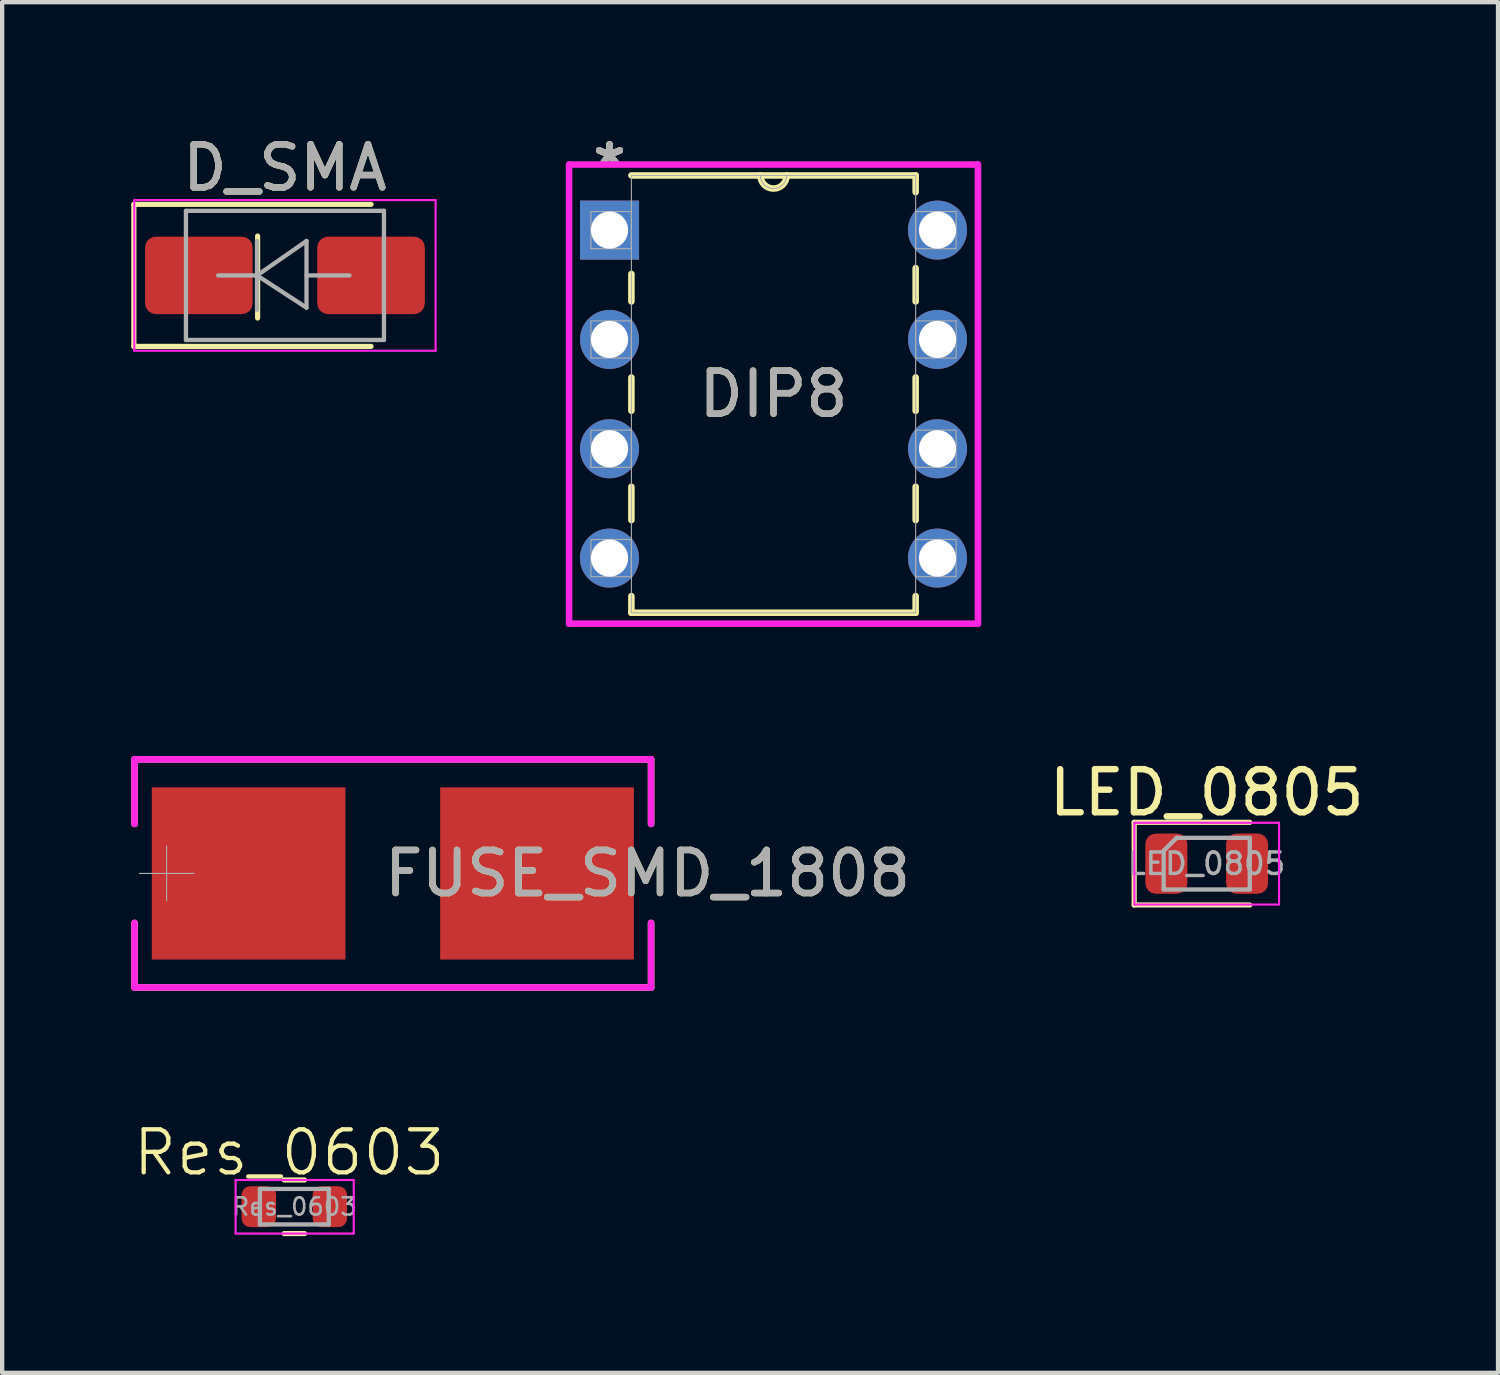
<source format=kicad_pcb>
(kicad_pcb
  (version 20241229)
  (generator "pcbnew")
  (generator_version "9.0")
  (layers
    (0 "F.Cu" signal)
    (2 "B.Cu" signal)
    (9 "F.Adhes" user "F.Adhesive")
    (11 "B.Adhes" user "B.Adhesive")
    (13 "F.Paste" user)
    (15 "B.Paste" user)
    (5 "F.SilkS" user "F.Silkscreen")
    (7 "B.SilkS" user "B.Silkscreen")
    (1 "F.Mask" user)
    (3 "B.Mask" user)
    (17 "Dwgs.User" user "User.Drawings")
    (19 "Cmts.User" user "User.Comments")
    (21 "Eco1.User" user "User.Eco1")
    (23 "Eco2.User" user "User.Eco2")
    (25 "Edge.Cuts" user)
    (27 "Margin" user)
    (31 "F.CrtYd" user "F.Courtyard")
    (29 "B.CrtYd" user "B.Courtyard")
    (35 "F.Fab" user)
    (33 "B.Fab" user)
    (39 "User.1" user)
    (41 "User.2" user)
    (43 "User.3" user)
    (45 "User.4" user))
  (footprint "DIP8"
    (layer "F.Cu")
    (at 18.731 9.916)
    (property "Reference" "DIP8" (at -3.81 -3.81 0) (unlocked yes) (layer "F.SilkS") (effects (font (size 1 1) (thickness 0.15))))
    (attr through_hole)
    (fp_line (start -7.112 -6.601) (end -7.112 -5.963) (stroke (width 0.152) (type solid)) (layer "F.SilkS"))
    (fp_line (start -7.112 -4.197) (end -7.112 -3.423) (stroke (width 0.152) (type solid)) (layer "F.SilkS"))
    (fp_line (start -7.112 -1.657) (end -7.112 -0.883) (stroke (width 0.152) (type solid)) (layer "F.SilkS"))
    (fp_line (start -7.112 0.883) (end -7.112 1.27) (stroke (width 0.152) (type solid)) (layer "F.SilkS"))
    (fp_line (start -7.112 1.27) (end -0.508 1.27) (stroke (width 0.152) (type solid)) (layer "F.SilkS"))
    (fp_line (start -0.508 -8.89) (end -7.112 -8.89) (stroke (width 0.152) (type solid)) (layer "F.SilkS"))
    (fp_line (start -0.508 -8.503) (end -0.508 -8.89) (stroke (width 0.152) (type solid)) (layer "F.SilkS"))
    (fp_line (start -0.508 -5.963) (end -0.508 -6.737) (stroke (width 0.152) (type solid)) (layer "F.SilkS"))
    (fp_line (start -0.508 -3.423) (end -0.508 -4.197) (stroke (width 0.152) (type solid)) (layer "F.SilkS"))
    (fp_line (start -0.508 -0.883) (end -0.508 -1.657) (stroke (width 0.152) (type solid)) (layer "F.SilkS"))
    (fp_line (start -0.508 1.27) (end -0.508 0.883) (stroke (width 0.152) (type solid)) (layer "F.SilkS"))
    (fp_arc (start -3.5052 -8.89) (mid -3.81 -8.5852) (end -4.1148 -8.89) (stroke (width 0.1524) (type solid)) (layer "F.SilkS"))
    (fp_line (start -8.56 -9.144) (end -8.56 1.524) (stroke (width 0.152) (type solid)) (layer "F.CrtYd"))
    (fp_line (start -8.56 1.524) (end 0.94 1.524) (stroke (width 0.152) (type solid)) (layer "F.CrtYd"))
    (fp_line (start 0.94 -9.144) (end -8.56 -9.144) (stroke (width 0.152) (type solid)) (layer "F.CrtYd"))
    (fp_line (start 0.94 1.524) (end 0.94 -9.144) (stroke (width 0.152) (type solid)) (layer "F.CrtYd"))
    (fp_line (start -8.052 -8.052) (end -8.052 -7.188) (stroke (width 0.025) (type solid)) (layer "F.Fab"))
    (fp_line (start -8.052 -7.188) (end -7.112 -7.188) (stroke (width 0.025) (type solid)) (layer "F.Fab"))
    (fp_line (start -8.052 -5.512) (end -8.052 -4.648) (stroke (width 0.025) (type solid)) (layer "F.Fab"))
    (fp_line (start -8.052 -4.648) (end -7.112 -4.648) (stroke (width 0.025) (type solid)) (layer "F.Fab"))
    (fp_line (start -8.052 -2.972) (end -8.052 -2.108) (stroke (width 0.025) (type solid)) (layer "F.Fab"))
    (fp_line (start -8.052 -2.108) (end -7.112 -2.108) (stroke (width 0.025) (type solid)) (layer "F.Fab"))
    (fp_line (start -8.052 -0.432) (end -8.052 0.432) (stroke (width 0.025) (type solid)) (layer "F.Fab"))
    (fp_line (start -8.052 0.432) (end -7.112 0.432) (stroke (width 0.025) (type solid)) (layer "F.Fab"))
    (fp_line (start -7.112 -8.89) (end -7.112 1.27) (stroke (width 0.025) (type solid)) (layer "F.Fab"))
    (fp_line (start -7.112 -8.052) (end -8.052 -8.052) (stroke (width 0.025) (type solid)) (layer "F.Fab"))
    (fp_line (start -7.112 -7.188) (end -7.112 -8.052) (stroke (width 0.025) (type solid)) (layer "F.Fab"))
    (fp_line (start -7.112 -5.512) (end -8.052 -5.512) (stroke (width 0.025) (type solid)) (layer "F.Fab"))
    (fp_line (start -7.112 -4.648) (end -7.112 -5.512) (stroke (width 0.025) (type solid)) (layer "F.Fab"))
    (fp_line (start -7.112 -2.972) (end -8.052 -2.972) (stroke (width 0.025) (type solid)) (layer "F.Fab"))
    (fp_line (start -7.112 -2.108) (end -7.112 -2.972) (stroke (width 0.025) (type solid)) (layer "F.Fab"))
    (fp_line (start -7.112 -0.432) (end -8.052 -0.432) (stroke (width 0.025) (type solid)) (layer "F.Fab"))
    (fp_line (start -7.112 0.432) (end -7.112 -0.432) (stroke (width 0.025) (type solid)) (layer "F.Fab"))
    (fp_line (start -7.112 1.27) (end -0.508 1.27) (stroke (width 0.025) (type solid)) (layer "F.Fab"))
    (fp_line (start -0.508 -8.89) (end -7.112 -8.89) (stroke (width 0.025) (type solid)) (layer "F.Fab"))
    (fp_line (start -0.508 -8.052) (end -0.508 -7.188) (stroke (width 0.025) (type solid)) (layer "F.Fab"))
    (fp_line (start -0.508 -7.188) (end 0.432 -7.188) (stroke (width 0.025) (type solid)) (layer "F.Fab"))
    (fp_line (start -0.508 -5.512) (end -0.508 -4.648) (stroke (width 0.025) (type solid)) (layer "F.Fab"))
    (fp_line (start -0.508 -4.648) (end 0.432 -4.648) (stroke (width 0.025) (type solid)) (layer "F.Fab"))
    (fp_line (start -0.508 -2.972) (end -0.508 -2.108) (stroke (width 0.025) (type solid)) (layer "F.Fab"))
    (fp_line (start -0.508 -2.108) (end 0.432 -2.108) (stroke (width 0.025) (type solid)) (layer "F.Fab"))
    (fp_line (start -0.508 -0.432) (end -0.508 0.432) (stroke (width 0.025) (type solid)) (layer "F.Fab"))
    (fp_line (start -0.508 0.432) (end 0.432 0.432) (stroke (width 0.025) (type solid)) (layer "F.Fab"))
    (fp_line (start -0.508 1.27) (end -0.508 -8.89) (stroke (width 0.025) (type solid)) (layer "F.Fab"))
    (fp_line (start 0.432 -8.052) (end -0.508 -8.052) (stroke (width 0.025) (type solid)) (layer "F.Fab"))
    (fp_line (start 0.432 -7.188) (end 0.432 -8.052) (stroke (width 0.025) (type solid)) (layer "F.Fab"))
    (fp_line (start 0.432 -5.512) (end -0.508 -5.512) (stroke (width 0.025) (type solid)) (layer "F.Fab"))
    (fp_line (start 0.432 -4.648) (end 0.432 -5.512) (stroke (width 0.025) (type solid)) (layer "F.Fab"))
    (fp_line (start 0.432 -2.972) (end -0.508 -2.972) (stroke (width 0.025) (type solid)) (layer "F.Fab"))
    (fp_line (start 0.432 -2.108) (end 0.432 -2.972) (stroke (width 0.025) (type solid)) (layer "F.Fab"))
    (fp_line (start 0.432 -0.432) (end -0.508 -0.432) (stroke (width 0.025) (type solid)) (layer "F.Fab"))
    (fp_line (start 0.432 0.432) (end 0.432 -0.432) (stroke (width 0.025) (type solid)) (layer "F.Fab"))
    (fp_arc (start -3.5052 -8.89) (mid -3.81 -8.5852) (end -4.1148 -8.89) (stroke (width 0.0254) (type solid)) (layer "F.Fab"))
    (fp_text user "*" (at -7.62 -9.068 0) (unlocked yes) (layer "F.SilkS") (effects (font (size 1 1) (thickness 0.15))))
    (fp_text user "*" (at -7.62 -9.068 0) (layer "F.SilkS") (effects (font (size 1 1) (thickness 0.15))))
    (fp_text user "*" (at -7.62 -9.068 0) (layer "F.Fab") (effects (font (size 1 1) (thickness 0.15))))
    (fp_text user "${REFERENCE}" (at -3.81 -3.81 0) (unlocked yes) (layer "F.Fab") (effects (font (size 1 1) (thickness 0.15))))
    (fp_text user "*" (at -7.62 -9.068 0) (unlocked yes) (layer "F.Fab") (effects (font (size 1 1) (thickness 0.15))))
    (pad "1" thru_hole rect (at -7.62 -7.62) (size 1.372 1.372) (drill 0.864) (layers "*.Cu" "*.Mask"))
    (pad "2" thru_hole circle (at -7.62 -5.08) (size 1.372 1.372) (drill 0.864) (layers "*.Cu" "*.Mask"))
    (pad "3" thru_hole circle (at -7.62 -2.54) (size 1.372 1.372) (drill 0.864) (layers "*.Cu" "*.Mask"))
    (pad "4" thru_hole circle (at -7.62 0) (size 1.372 1.372) (drill 0.864) (layers "*.Cu" "*.Mask"))
    (pad "5" thru_hole circle (at 0 0) (size 1.372 1.372) (drill 0.864) (layers "*.Cu" "*.Mask"))
    (pad "6" thru_hole circle (at 0 -2.54) (size 1.372 1.372) (drill 0.864) (layers "*.Cu" "*.Mask"))
    (pad "7" thru_hole circle (at 0 -5.08) (size 1.372 1.372) (drill 0.864) (layers "*.Cu" "*.Mask"))
    (pad "8" thru_hole circle (at 0 -7.62) (size 1.372 1.372) (drill 0.864) (layers "*.Cu" "*.Mask")))
  (footprint "Res_0603"
    (layer "F.Cu")
    (at 2.429 25.594)
    (property "Reference" "Res_0603" (at 1.24 -1.865 0) (unlocked yes) (layer "F.SilkS") (effects (font (size 1 1) (thickness 0.1))))
    (attr smd)
    (fp_line (start 1.122 -1.23) (end 1.596 -1.23) (stroke (width 0.12) (type solid)) (layer "F.SilkS"))
    (fp_line (start 1.122 0.015) (end 1.596 0.015) (stroke (width 0.12) (type solid)) (layer "F.SilkS"))
    (fp_line (start -0.005 -1.23) (end 2.739 -1.23) (stroke (width 0.05) (type solid)) (layer "F.CrtYd"))
    (fp_line (start -0.005 0.015) (end -0.005 -1.23) (stroke (width 0.05) (type solid)) (layer "F.CrtYd"))
    (fp_line (start 2.739 -1.23) (end 2.739 0.015) (stroke (width 0.05) (type solid)) (layer "F.CrtYd"))
    (fp_line (start 2.739 0.015) (end -0.005 0.015) (stroke (width 0.05) (type solid)) (layer "F.CrtYd"))
    (fp_line (start 0.559 -1.022) (end 2.159 -1.022) (stroke (width 0.1) (type solid)) (layer "F.Fab"))
    (fp_line (start 0.559 -0.197) (end 0.559 -1.022) (stroke (width 0.1) (type solid)) (layer "F.Fab"))
    (fp_line (start 2.159 -1.022) (end 2.159 -0.197) (stroke (width 0.1) (type solid)) (layer "F.Fab"))
    (fp_line (start 2.159 -0.197) (end 0.559 -0.197) (stroke (width 0.1) (type solid)) (layer "F.Fab"))
    (fp_text user "${REFERENCE}" (at 1.359 -0.61 0) (layer "F.Fab") (effects (font (size 0.4 0.4) (thickness 0.06))))
    (pad "1" smd roundrect (at 0.534 -0.61) (size 0.8 0.95) (layers "F.Cu" "F.Mask" "F.Paste") (roundrect_rratio 0.25))
    (pad "2" smd roundrect (at 2.184 -0.61) (size 0.8 0.95) (layers "F.Cu" "F.Mask" "F.Paste") (roundrect_rratio 0.25)))
  (footprint "LED_0805"
    (layer "F.Cu")
    (at 24.985 17.015)
    (property "Reference" "LED_0805" (at 0 -1.65 0) (layer "F.SilkS") (effects (font (size 1 1) (thickness 0.15))))
    (attr smd)
    (fp_line (start -1.685 -0.96) (end -1.685 0.96) (stroke (width 0.12) (type solid)) (layer "F.SilkS"))
    (fp_line (start -1.685 0.96) (end 1 0.96) (stroke (width 0.12) (type solid)) (layer "F.SilkS"))
    (fp_line (start 1 -0.96) (end -1.685 -0.96) (stroke (width 0.12) (type solid)) (layer "F.SilkS"))
    (fp_line (start -1.68 -0.95) (end 1.68 -0.95) (stroke (width 0.05) (type solid)) (layer "F.CrtYd"))
    (fp_line (start -1.68 0.95) (end -1.68 -0.95) (stroke (width 0.05) (type solid)) (layer "F.CrtYd"))
    (fp_line (start 1.68 -0.95) (end 1.68 0.95) (stroke (width 0.05) (type solid)) (layer "F.CrtYd"))
    (fp_line (start 1.68 0.95) (end -1.68 0.95) (stroke (width 0.05) (type solid)) (layer "F.CrtYd"))
    (fp_line (start -1 -0.3) (end -1 0.6) (stroke (width 0.1) (type solid)) (layer "F.Fab"))
    (fp_line (start -1 0.6) (end 1 0.6) (stroke (width 0.1) (type solid)) (layer "F.Fab"))
    (fp_line (start -0.7 -0.6) (end -1 -0.3) (stroke (width 0.1) (type solid)) (layer "F.Fab"))
    (fp_line (start 1 -0.6) (end -0.7 -0.6) (stroke (width 0.1) (type solid)) (layer "F.Fab"))
    (fp_line (start 1 0.6) (end 1 -0.6) (stroke (width 0.1) (type solid)) (layer "F.Fab"))
    (fp_text user "${REFERENCE}" (at 0 0 0) (layer "F.Fab") (effects (font (size 0.5 0.5) (thickness 0.08))))
    (pad "1" smd roundrect (at -0.938 0) (size 0.975 1.4) (layers "F.Cu" "F.Mask" "F.Paste") (roundrect_rratio 0.25))
    (pad "2" smd roundrect (at 0.938 0) (size 0.975 1.4) (layers "F.Cu" "F.Mask" "F.Paste") (roundrect_rratio 0.25)))
  (footprint "D_SMA"
    (layer "F.Cu")
    (at 3.57 3.348)
    (property "Reference" "D_SMA" (at 0 -2.5 0) (layer "F.SilkS") (effects (font (size 1 1) (thickness 0.15))))
    (attr smd)
    (fp_line (start -3.51 -1.65) (end -3.51 1.65) (stroke (width 0.12) (type solid)) (layer "F.SilkS"))
    (fp_line (start -3.51 -1.65) (end 2 -1.65) (stroke (width 0.12) (type solid)) (layer "F.SilkS"))
    (fp_line (start -3.51 1.65) (end 2 1.65) (stroke (width 0.12) (type solid)) (layer "F.SilkS"))
    (fp_line (start -0.635 -0.914) (end -0.635 0.991) (stroke (width 0.12) (type solid)) (layer "F.SilkS"))
    (fp_line (start -3.5 -1.75) (end 3.5 -1.75) (stroke (width 0.05) (type solid)) (layer "F.CrtYd"))
    (fp_line (start -3.5 1.75) (end -3.5 -1.75) (stroke (width 0.05) (type solid)) (layer "F.CrtYd"))
    (fp_line (start 3.5 -1.75) (end 3.5 1.75) (stroke (width 0.05) (type solid)) (layer "F.CrtYd"))
    (fp_line (start 3.5 1.75) (end -3.5 1.75) (stroke (width 0.05) (type solid)) (layer "F.CrtYd"))
    (fp_line (start -2.3 1.5) (end -2.3 -1.5) (stroke (width 0.1) (type solid)) (layer "F.Fab"))
    (fp_line (start -0.649 -0.799) (end -0.649 0.801) (stroke (width 0.1) (type solid)) (layer "F.Fab"))
    (fp_line (start -0.649 0.001) (end -1.551 0.001) (stroke (width 0.1) (type solid)) (layer "F.Fab"))
    (fp_line (start -0.649 0.001) (end 0.501 -0.799) (stroke (width 0.1) (type solid)) (layer "F.Fab"))
    (fp_line (start -0.649 0.001) (end 0.501 0.75) (stroke (width 0.1) (type solid)) (layer "F.Fab"))
    (fp_line (start 0.501 0.001) (end 1.499 0.001) (stroke (width 0.1) (type solid)) (layer "F.Fab"))
    (fp_line (start 0.501 0.75) (end 0.501 -0.799) (stroke (width 0.1) (type solid)) (layer "F.Fab"))
    (fp_line (start 2.3 -1.5) (end -2.3 -1.5) (stroke (width 0.1) (type solid)) (layer "F.Fab"))
    (fp_line (start 2.3 -1.5) (end 2.3 1.5) (stroke (width 0.1) (type solid)) (layer "F.Fab"))
    (fp_line (start 2.3 1.5) (end -2.3 1.5) (stroke (width 0.1) (type solid)) (layer "F.Fab"))
    (fp_text user "${REFERENCE}" (at 0 -2.5 0) (layer "F.Fab") (effects (font (size 1 1) (thickness 0.15))))
    (pad "1" smd roundrect (at 2 0) (size 2.5 1.8) (layers "F.Cu" "F.Mask" "F.Paste") (roundrect_rratio 0.139))
    (pad "2" smd roundrect (at -2 0) (size 2.5 1.8) (layers "F.Cu" "F.Mask" "F.Paste") (roundrect_rratio 0.139)))
  (footprint "FUSE_SMD_1808"
    (layer "F.Cu")
    (at 2.726 17.242)
    (property "Reference" "FUSE_SMD_1808" (at 9.271 0 0) (unlocked yes) (layer "F.SilkS") (effects (font (size 1 1) (thickness 0.15))))
    (attr smd)
    (fp_line (start -2.65 -2.65) (end -2.65 -1.15) (stroke (width 0.152) (type solid)) (layer "F.SilkS"))
    (fp_line (start -2.65 1.15) (end -2.65 2.65) (stroke (width 0.152) (type solid)) (layer "F.SilkS"))
    (fp_line (start 9.35 -2.65) (end -2.65 -2.65) (stroke (width 0.152) (type solid)) (layer "F.SilkS"))
    (fp_line (start 9.35 -2.65) (end 9.35 -1.15) (stroke (width 0.152) (type solid)) (layer "F.SilkS"))
    (fp_line (start 9.35 1.15) (end 9.35 2.65) (stroke (width 0.152) (type solid)) (layer "F.SilkS"))
    (fp_line (start 9.35 2.65) (end -2.65 2.65) (stroke (width 0.152) (type solid)) (layer "F.SilkS"))
    (fp_line (start -2.65 -2.65) (end -2.65 -1.15) (stroke (width 0.152) (type solid)) (layer "F.CrtYd"))
    (fp_line (start -2.65 1.15) (end -2.65 2.65) (stroke (width 0.152) (type solid)) (layer "F.CrtYd"))
    (fp_line (start 9.35 -2.65) (end -2.65 -2.65) (stroke (width 0.152) (type solid)) (layer "F.CrtYd"))
    (fp_line (start 9.35 -2.65) (end 9.35 -1.15) (stroke (width 0.152) (type solid)) (layer "F.CrtYd"))
    (fp_line (start 9.35 1.15) (end 9.35 2.65) (stroke (width 0.152) (type solid)) (layer "F.CrtYd"))
    (fp_line (start 9.35 2.65) (end -2.65 2.65) (stroke (width 0.152) (type solid)) (layer "F.CrtYd"))
    (fp_line (start -2.54 0) (end -1.27 0) (stroke (width 0.025) (type solid)) (layer "F.Fab"))
    (fp_line (start -1.905 -0.635) (end -1.905 0.635) (stroke (width 0.025) (type solid)) (layer "F.Fab"))
    (fp_text user "${REFERENCE}" (at 9.271 0 0) (unlocked yes) (layer "F.Fab") (effects (font (size 1 1) (thickness 0.15))))
    (pad "1" smd rect (at 0 0) (size 4.5 4) (layers "F.Cu" "F.Mask" "F.Paste"))
    (pad "2" smd rect (at 6.7 0) (size 4.5 4) (layers "F.Cu" "F.Mask" "F.Paste")))
  (gr_rect
    (start -3 -3)
    (end 31.753 28.844)
    (stroke (width 0.1) (type default))
    (fill no)
    (layer "Edge.Cuts")))
</source>
